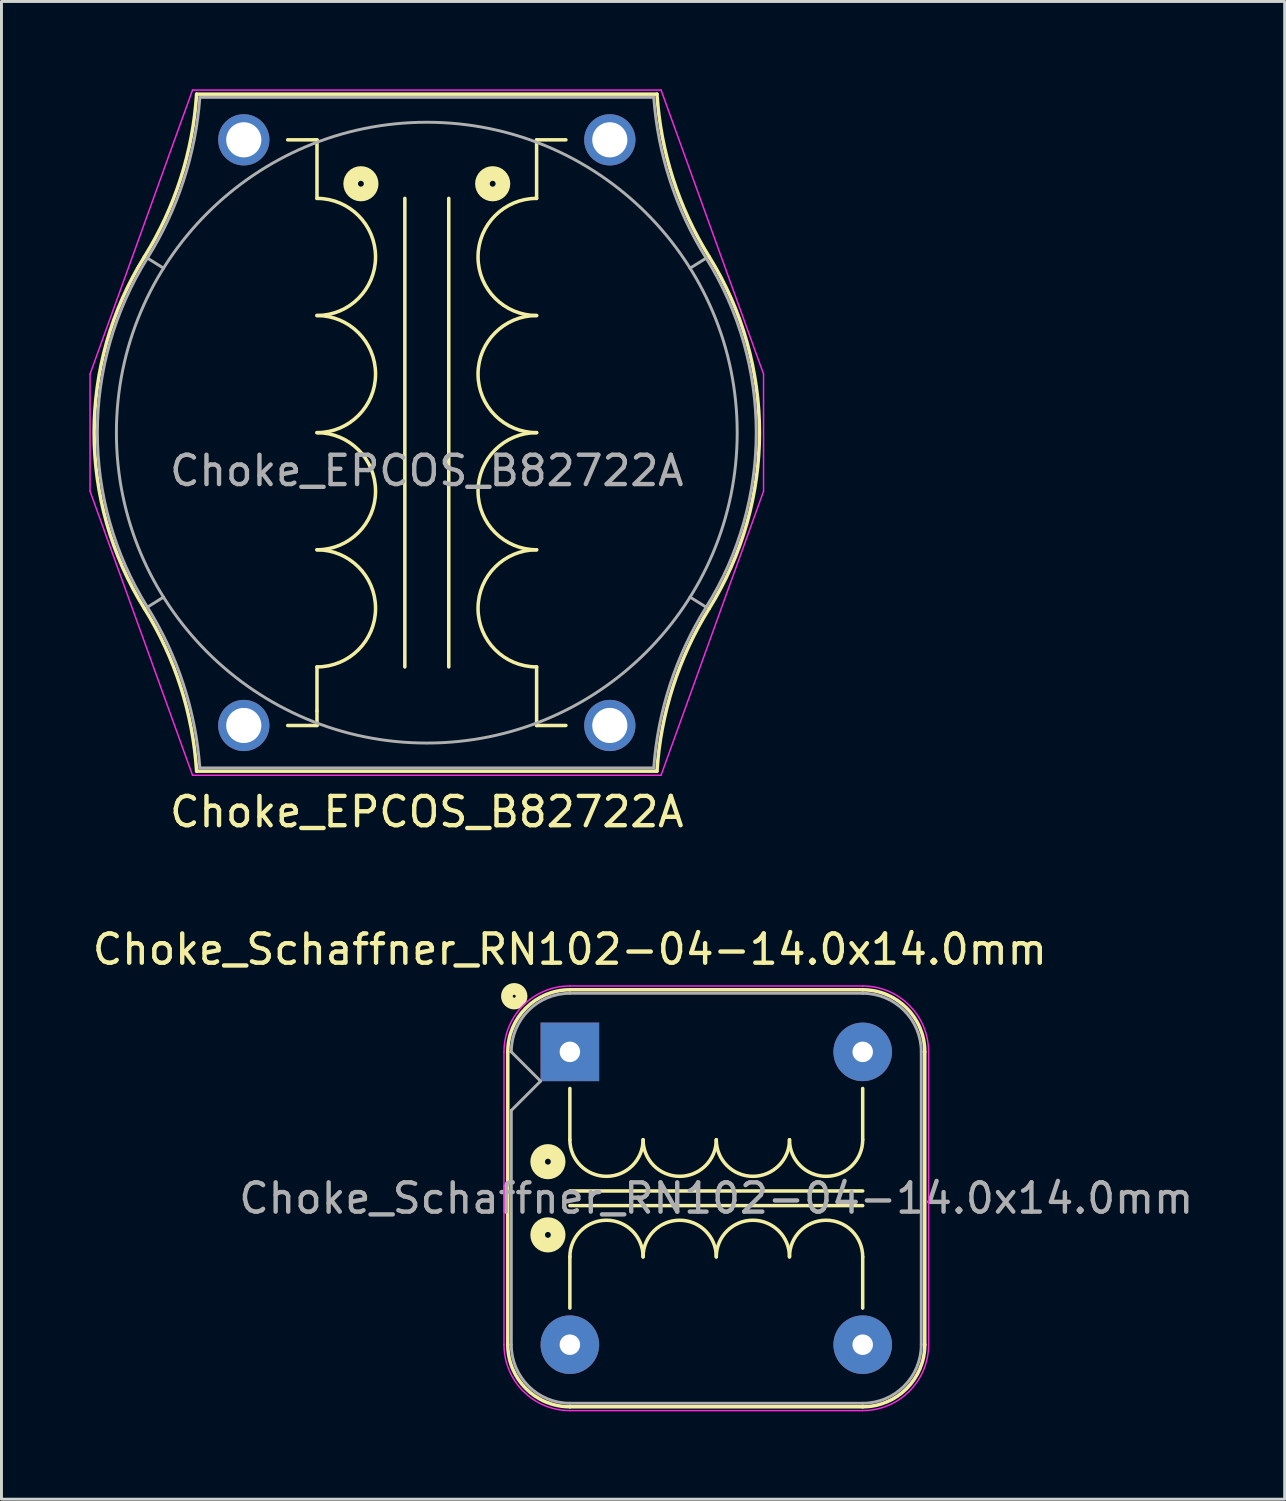
<source format=kicad_pcb>
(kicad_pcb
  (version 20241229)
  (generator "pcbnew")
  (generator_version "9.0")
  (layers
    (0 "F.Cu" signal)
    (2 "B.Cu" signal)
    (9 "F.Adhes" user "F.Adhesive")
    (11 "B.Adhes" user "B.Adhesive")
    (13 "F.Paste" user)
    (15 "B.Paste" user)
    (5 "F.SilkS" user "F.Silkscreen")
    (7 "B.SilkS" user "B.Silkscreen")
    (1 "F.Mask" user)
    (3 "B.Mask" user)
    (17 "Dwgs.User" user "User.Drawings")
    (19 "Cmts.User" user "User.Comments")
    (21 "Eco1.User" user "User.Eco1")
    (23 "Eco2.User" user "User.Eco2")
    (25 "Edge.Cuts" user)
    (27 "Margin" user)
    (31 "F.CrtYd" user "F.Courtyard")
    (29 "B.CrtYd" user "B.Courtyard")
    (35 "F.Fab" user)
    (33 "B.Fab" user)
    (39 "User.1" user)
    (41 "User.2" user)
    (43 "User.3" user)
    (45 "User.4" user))
  (footprint "Choke_EPCOS_B82722A"
    (layer "F.Cu")
    (at 5.275 21.725)
    (property "Reference" "Choke_EPCOS_B82722A" (at 6.25 2.95 180) (layer "F.SilkS") (effects (font (size 1 1) (thickness 0.15))))
    (attr through_hole)
    (fp_line (start -1.61 -21.56) (end 14.11 -21.56) (stroke (width 0.12) (type solid)) (layer "F.SilkS"))
    (fp_line (start -1.61 1.56) (end 14.11 1.56) (stroke (width 0.12) (type solid)) (layer "F.SilkS"))
    (fp_line (start 2.5 -20) (end 1.5 -20) (stroke (width 0.12) (type solid)) (layer "F.SilkS"))
    (fp_line (start 2.5 -18) (end 2.5 -20) (stroke (width 0.12) (type solid)) (layer "F.SilkS"))
    (fp_line (start 2.5 -2) (end 2.5 -0.5) (stroke (width 0.12) (type solid)) (layer "F.SilkS"))
    (fp_line (start 2.5 -0.5) (end 2.5 0) (stroke (width 0.12) (type solid)) (layer "F.SilkS"))
    (fp_line (start 2.5 0) (end 1.5 0) (stroke (width 0.12) (type solid)) (layer "F.SilkS"))
    (fp_line (start 5.5 -2) (end 5.5 -18) (stroke (width 0.12) (type solid)) (layer "F.SilkS"))
    (fp_line (start 7 -18) (end 7 -2) (stroke (width 0.12) (type solid)) (layer "F.SilkS"))
    (fp_line (start 10 -20) (end 11 -20) (stroke (width 0.12) (type solid)) (layer "F.SilkS"))
    (fp_line (start 10 -18) (end 10 -20) (stroke (width 0.12) (type solid)) (layer "F.SilkS"))
    (fp_line (start 10 -2) (end 10 0) (stroke (width 0.12) (type solid)) (layer "F.SilkS"))
    (fp_line (start 10 0) (end 11 0) (stroke (width 0.12) (type solid)) (layer "F.SilkS"))
    (fp_arc (start -3.392046 -3.993291) (mid -5.11 -10) (end -3.392046 -16.006709) (stroke (width 0.12) (type solid)) (layer "F.SilkS"))
    (fp_arc (start -3.392046 -3.993291) (mid -2.156889 -1.327078) (end -1.61 1.56) (stroke (width 0.12) (type solid)) (layer "F.SilkS"))
    (fp_arc (start -1.61 -21.56) (mid -2.156888 -18.672922) (end -3.392046 -16.006709) (stroke (width 0.12) (type solid)) (layer "F.SilkS"))
    (fp_arc (start 2.5 -18) (mid 4.5 -16) (end 2.5 -14) (stroke (width 0.12) (type solid)) (layer "F.SilkS"))
    (fp_arc (start 2.5 -14) (mid 4.5 -12) (end 2.5 -10) (stroke (width 0.12) (type solid)) (layer "F.SilkS"))
    (fp_arc (start 2.5 -10) (mid 4.5 -8) (end 2.5 -6) (stroke (width 0.12) (type solid)) (layer "F.SilkS"))
    (fp_arc (start 2.5 -6) (mid 4.5 -4) (end 2.5 -2) (stroke (width 0.12) (type solid)) (layer "F.SilkS"))
    (fp_arc (start 10 -14) (mid 8 -16) (end 10 -18) (stroke (width 0.12) (type solid)) (layer "F.SilkS"))
    (fp_arc (start 10 -10) (mid 8 -12) (end 10 -14) (stroke (width 0.12) (type solid)) (layer "F.SilkS"))
    (fp_arc (start 10 -6) (mid 8 -8) (end 10 -10) (stroke (width 0.12) (type solid)) (layer "F.SilkS"))
    (fp_arc (start 10 -2) (mid 8 -4) (end 10 -6) (stroke (width 0.12) (type solid)) (layer "F.SilkS"))
    (fp_arc (start 14.109999 1.56) (mid 14.656887 -1.327078) (end 15.892045 -3.993291) (stroke (width 0.12) (type solid)) (layer "F.SilkS"))
    (fp_arc (start 15.892045 -16.006709) (mid 17.609999 -10) (end 15.892045 -3.993291) (stroke (width 0.12) (type solid)) (layer "F.SilkS"))
    (fp_arc (start 15.892046 -16.00671) (mid 14.656889 -18.672923) (end 14.11 -21.56) (stroke (width 0.12) (type solid)) (layer "F.SilkS"))
    (fp_circle (center 4 -18.5) (end 4.1 -18.5) (stroke (width 0.5) (type solid)) (fill no) (layer "F.SilkS"))
    (fp_circle (center 8.5 -18.5) (end 8.6 -18.5) (stroke (width 0.5) (type solid)) (fill no) (layer "F.SilkS"))
    (fp_line (start -5.25 -12) (end -5.25 -8) (stroke (width 0.05) (type solid)) (layer "F.CrtYd"))
    (fp_line (start -5.25 -8) (end -1.75 1.7) (stroke (width 0.05) (type solid)) (layer "F.CrtYd"))
    (fp_line (start -1.75 -21.7) (end -5.25 -12) (stroke (width 0.05) (type solid)) (layer "F.CrtYd"))
    (fp_line (start -1.75 -21.7) (end 14.25 -21.7) (stroke (width 0.05) (type solid)) (layer "F.CrtYd"))
    (fp_line (start -1.75 1.7) (end 14.25 1.7) (stroke (width 0.05) (type solid)) (layer "F.CrtYd"))
    (fp_line (start 14.25 -21.7) (end 17.75 -12) (stroke (width 0.05) (type solid)) (layer "F.CrtYd"))
    (fp_line (start 17.75 -12) (end 17.75 -8) (stroke (width 0.05) (type solid)) (layer "F.CrtYd"))
    (fp_line (start 17.75 -8) (end 14.25 1.7) (stroke (width 0.05) (type solid)) (layer "F.CrtYd"))
    (fp_line (start -3.291 -4.04) (end -2.74 -4.384) (stroke (width 0.1) (type solid)) (layer "F.Fab"))
    (fp_line (start -2.74 -15.616) (end -3.291 -15.96) (stroke (width 0.1) (type solid)) (layer "F.Fab"))
    (fp_line (start -1.5 -21.45) (end 14 -21.45) (stroke (width 0.1) (type solid)) (layer "F.Fab"))
    (fp_line (start -1.5 1.45) (end 14 1.45) (stroke (width 0.1) (type solid)) (layer "F.Fab"))
    (fp_line (start 15.791 -15.96) (end 15.24 -15.616) (stroke (width 0.1) (type solid)) (layer "F.Fab"))
    (fp_line (start 15.791 -4.04) (end 15.24 -4.384) (stroke (width 0.1) (type solid)) (layer "F.Fab"))
    (fp_arc (start -3.29123 -4.039511) (mid -5 -10.000001) (end -3.291229 -15.96049) (stroke (width 0.1) (type solid)) (layer "F.Fab"))
    (fp_arc (start -3.291229 -4.03951) (mid -2.060501 -1.404103) (end -1.5 1.45) (stroke (width 0.1) (type solid)) (layer "F.Fab"))
    (fp_arc (start -1.499999 -21.45) (mid -2.0605 -18.595897) (end -3.291229 -15.96049) (stroke (width 0.1) (type solid)) (layer "F.Fab"))
    (fp_arc (start 14 1.449999) (mid 14.560501 -1.404104) (end 15.79123 -4.039511) (stroke (width 0.1) (type solid)) (layer "F.Fab"))
    (fp_arc (start 15.239959 -15.616106) (mid -2.739959 -4.383894) (end 15.239959 -15.616106) (stroke (width 0.1) (type solid)) (layer "F.Fab"))
    (fp_arc (start 15.791229 -15.960491) (mid 17.5 -10.000001) (end 15.79123 -4.039511) (stroke (width 0.1) (type solid)) (layer "F.Fab"))
    (fp_arc (start 15.79123 -15.96049) (mid 14.560501 -18.595897) (end 14 -21.45) (stroke (width 0.1) (type solid)) (layer "F.Fab"))
    (fp_text user "${REFERENCE}" (at 6.25 -8.7 0) (layer "F.Fab") (effects (font (size 1 1) (thickness 0.15))))
    (pad "1" thru_hole circle (at 0 0) (size 1.75 1.75) (drill 1.2) (layers "*.Cu" "*.Mask"))
    (pad "2" thru_hole circle (at 0 -20) (size 1.75 1.75) (drill 1.2) (layers "*.Cu" "*.Mask"))
    (pad "3" thru_hole circle (at 12.5 0) (size 1.75 1.75) (drill 1.2) (layers "*.Cu" "*.Mask"))
    (pad "4" thru_hole circle (at 12.5 -20) (size 1.75 1.75) (drill 1.2) (layers "*.Cu" "*.Mask")))
  (footprint "Choke_Schaffner_RN102-04-14.0x14.0mm"
    (layer "F.Cu")
    (at 16.411 32.871)
    (property "Reference" "Choke_Schaffner_RN102-04-14.0x14.0mm" (at 0 -3.5 0) (layer "F.SilkS") (effects (font (size 1 1) (thickness 0.15))))
    (attr through_hole)
    (fp_line (start -2.12 10) (end -2.12 0) (stroke (width 0.12) (type solid)) (layer "F.SilkS"))
    (fp_line (start 0 -2.12) (end 10 -2.12) (stroke (width 0.12) (type solid)) (layer "F.SilkS"))
    (fp_line (start 0 1.25) (end 0 3) (stroke (width 0.12) (type solid)) (layer "F.SilkS"))
    (fp_line (start 0 5.25) (end 10 5.25) (stroke (width 0.12) (type solid)) (layer "F.SilkS"))
    (fp_line (start 0 7) (end 0 8.75) (stroke (width 0.12) (type solid)) (layer "F.SilkS"))
    (fp_line (start 10 1.25) (end 10 3) (stroke (width 0.12) (type solid)) (layer "F.SilkS"))
    (fp_line (start 10 4.75) (end 0 4.75) (stroke (width 0.12) (type solid)) (layer "F.SilkS"))
    (fp_line (start 10 7) (end 10 8.75) (stroke (width 0.12) (type solid)) (layer "F.SilkS"))
    (fp_line (start 10 12.12) (end 0 12.12) (stroke (width 0.12) (type solid)) (layer "F.SilkS"))
    (fp_line (start 12.12 0) (end 12.12 10) (stroke (width 0.12) (type solid)) (layer "F.SilkS"))
    (fp_arc (start -2.12 0) (mid -1.499066 -1.499066) (end 0 -2.12) (stroke (width 0.12) (type solid)) (layer "F.SilkS"))
    (fp_arc (start 0 7) (mid 1.25 5.75) (end 2.5 7) (stroke (width 0.12) (type solid)) (layer "F.SilkS"))
    (fp_arc (start 0 12.12) (mid -1.499066 11.499066) (end -2.12 10) (stroke (width 0.12) (type solid)) (layer "F.SilkS"))
    (fp_arc (start 2.5 3) (mid 1.25 4.25) (end 0 3) (stroke (width 0.12) (type solid)) (layer "F.SilkS"))
    (fp_arc (start 2.5 7) (mid 3.75 5.75) (end 5 7) (stroke (width 0.12) (type solid)) (layer "F.SilkS"))
    (fp_arc (start 5 3) (mid 3.75 4.25) (end 2.5 3) (stroke (width 0.12) (type solid)) (layer "F.SilkS"))
    (fp_arc (start 5 7) (mid 6.25 5.75) (end 7.5 7) (stroke (width 0.12) (type solid)) (layer "F.SilkS"))
    (fp_arc (start 7.5 3) (mid 6.25 4.25) (end 5 3) (stroke (width 0.12) (type solid)) (layer "F.SilkS"))
    (fp_arc (start 7.5 7) (mid 8.75 5.75) (end 10 7) (stroke (width 0.12) (type solid)) (layer "F.SilkS"))
    (fp_arc (start 10 -2.12) (mid 11.499066 -1.499066) (end 12.12 0) (stroke (width 0.12) (type solid)) (layer "F.SilkS"))
    (fp_arc (start 10 3) (mid 8.75 4.25) (end 7.5 3) (stroke (width 0.12) (type solid)) (layer "F.SilkS"))
    (fp_arc (start 12.12 10) (mid 11.499066 11.499066) (end 10 12.12) (stroke (width 0.12) (type solid)) (layer "F.SilkS"))
    (fp_circle (center -1.9 -1.9) (end -1.85 -1.9) (stroke (width 0.4) (type solid)) (fill no) (layer "F.SilkS"))
    (fp_circle (center -0.75 3.75) (end -0.65 3.75) (stroke (width 0.5) (type solid)) (fill no) (layer "F.SilkS"))
    (fp_circle (center -0.75 6.25) (end -0.65 6.25) (stroke (width 0.5) (type solid)) (fill no) (layer "F.SilkS"))
    (fp_line (start -2.25 10) (end -2.25 0) (stroke (width 0.05) (type solid)) (layer "F.CrtYd"))
    (fp_line (start 0 -2.25) (end 10 -2.25) (stroke (width 0.05) (type solid)) (layer "F.CrtYd"))
    (fp_line (start 10 12.25) (end 0 12.25) (stroke (width 0.05) (type solid)) (layer "F.CrtYd"))
    (fp_line (start 12.25 0) (end 12.25 10) (stroke (width 0.05) (type solid)) (layer "F.CrtYd"))
    (fp_arc (start -2.25 0) (mid -1.59099 -1.59099) (end 0 -2.25) (stroke (width 0.05) (type solid)) (layer "F.CrtYd"))
    (fp_arc (start 0 12.25) (mid -1.59099 11.59099) (end -2.25 10) (stroke (width 0.05) (type solid)) (layer "F.CrtYd"))
    (fp_arc (start 10 -2.25) (mid 11.59099 -1.59099) (end 12.25 0) (stroke (width 0.05) (type solid)) (layer "F.CrtYd"))
    (fp_arc (start 12.25 10) (mid 11.59099 11.59099) (end 10 12.25) (stroke (width 0.05) (type solid)) (layer "F.CrtYd"))
    (fp_line (start -2 2) (end -1 1) (stroke (width 0.1) (type solid)) (layer "F.Fab"))
    (fp_line (start -2 10) (end -2 2) (stroke (width 0.1) (type solid)) (layer "F.Fab"))
    (fp_line (start -1 1) (end -2 0) (stroke (width 0.1) (type solid)) (layer "F.Fab"))
    (fp_line (start 0 -2) (end 10 -2) (stroke (width 0.1) (type solid)) (layer "F.Fab"))
    (fp_line (start 10 12) (end 0 12) (stroke (width 0.1) (type solid)) (layer "F.Fab"))
    (fp_line (start 12 0) (end 12 10) (stroke (width 0.1) (type solid)) (layer "F.Fab"))
    (fp_arc (start -2 0) (mid -1.414214 -1.414214) (end 0 -2) (stroke (width 0.1) (type solid)) (layer "F.Fab"))
    (fp_arc (start 0 12) (mid -1.414214 11.414214) (end -2 10) (stroke (width 0.1) (type solid)) (layer "F.Fab"))
    (fp_arc (start 10 -2) (mid 11.414214 -1.414214) (end 12 0) (stroke (width 0.1) (type solid)) (layer "F.Fab"))
    (fp_arc (start 12 10) (mid 11.414214 11.414214) (end 10 12) (stroke (width 0.1) (type solid)) (layer "F.Fab"))
    (fp_text user "${REFERENCE}" (at 5 5 0) (layer "F.Fab") (effects (font (size 1 1) (thickness 0.15))))
    (pad "1" thru_hole rect (at 0 0) (size 2 2) (drill 0.7) (layers "*.Cu" "*.Mask"))
    (pad "2" thru_hole circle (at 10 0) (size 2 2) (drill 0.7) (layers "*.Cu" "*.Mask"))
    (pad "3" thru_hole circle (at 0 10) (size 2 2) (drill 0.7) (layers "*.Cu" "*.Mask"))
    (pad "4" thru_hole circle (at 10 10) (size 2 2) (drill 0.7) (layers "*.Cu" "*.Mask")))
  (gr_rect
    (start -3 -3)
    (end 40.821 48.147)
    (stroke (width 0.1) (type default))
    (fill no)
    (layer "Edge.Cuts")))
</source>
